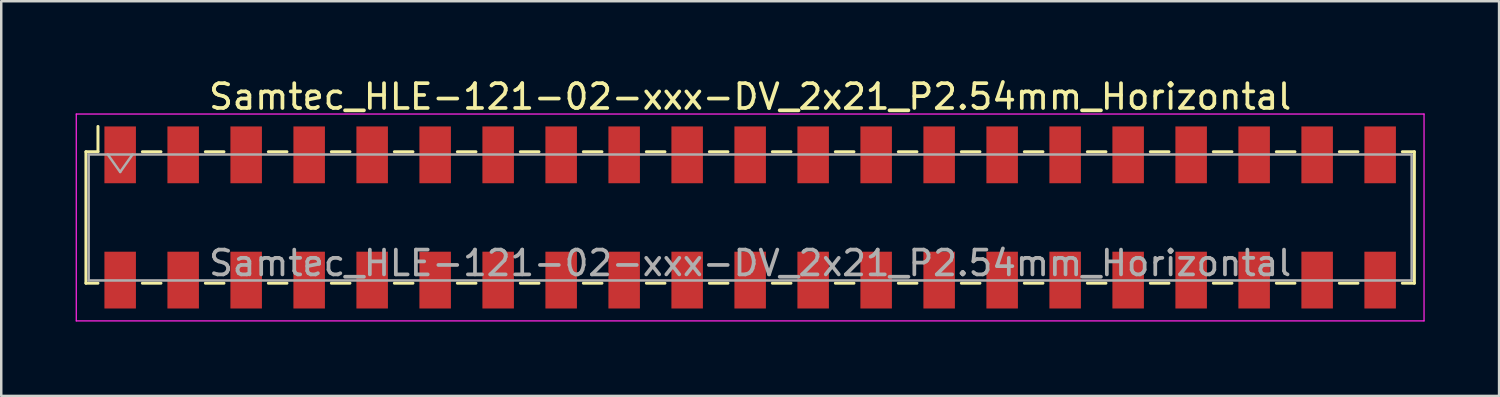
<source format=kicad_pcb>
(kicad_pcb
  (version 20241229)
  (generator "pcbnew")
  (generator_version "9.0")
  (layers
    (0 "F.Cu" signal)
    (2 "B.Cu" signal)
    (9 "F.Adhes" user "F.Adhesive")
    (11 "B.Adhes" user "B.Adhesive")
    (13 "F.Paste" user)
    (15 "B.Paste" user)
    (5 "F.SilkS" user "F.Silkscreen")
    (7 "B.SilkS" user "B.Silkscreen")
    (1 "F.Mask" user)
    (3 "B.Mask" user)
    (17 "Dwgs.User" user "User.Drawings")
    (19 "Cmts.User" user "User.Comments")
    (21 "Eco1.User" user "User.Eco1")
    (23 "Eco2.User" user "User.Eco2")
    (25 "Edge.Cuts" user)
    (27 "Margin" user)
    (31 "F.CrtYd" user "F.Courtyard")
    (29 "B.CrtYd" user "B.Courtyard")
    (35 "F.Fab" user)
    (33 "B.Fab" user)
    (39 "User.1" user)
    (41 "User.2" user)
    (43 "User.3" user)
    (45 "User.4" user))
  (footprint "Samtec_HLE-121-02-xxx-DV_2x21_P2.54mm_Horizontal"
    (layer "F.Cu")
    (at 27.195 5.718)
    (property "Reference" "Samtec_HLE-121-02-xxx-DV_2x21_P2.54mm_Horizontal" (at 0 -4.87 0) (layer "F.SilkS") (effects (font (size 1 1) (thickness 0.15))))
    (attr smd)
    (fp_line (start -26.78 -2.65) (end -26.78 2.65) (stroke (width 0.12) (type solid)) (layer "F.SilkS"))
    (fp_line (start -26.78 2.65) (end -26.295 2.65) (stroke (width 0.12) (type solid)) (layer "F.SilkS"))
    (fp_line (start -26.295 -3.67) (end -26.295 -2.65) (stroke (width 0.12) (type solid)) (layer "F.SilkS"))
    (fp_line (start -26.295 -2.65) (end -26.78 -2.65) (stroke (width 0.12) (type solid)) (layer "F.SilkS"))
    (fp_line (start -24.505 -2.65) (end -23.755 -2.65) (stroke (width 0.12) (type solid)) (layer "F.SilkS"))
    (fp_line (start -24.505 2.65) (end -23.755 2.65) (stroke (width 0.12) (type solid)) (layer "F.SilkS"))
    (fp_line (start -21.965 -2.65) (end -21.215 -2.65) (stroke (width 0.12) (type solid)) (layer "F.SilkS"))
    (fp_line (start -21.965 2.65) (end -21.215 2.65) (stroke (width 0.12) (type solid)) (layer "F.SilkS"))
    (fp_line (start -19.425 -2.65) (end -18.675 -2.65) (stroke (width 0.12) (type solid)) (layer "F.SilkS"))
    (fp_line (start -19.425 2.65) (end -18.675 2.65) (stroke (width 0.12) (type solid)) (layer "F.SilkS"))
    (fp_line (start -16.885 -2.65) (end -16.135 -2.65) (stroke (width 0.12) (type solid)) (layer "F.SilkS"))
    (fp_line (start -16.885 2.65) (end -16.135 2.65) (stroke (width 0.12) (type solid)) (layer "F.SilkS"))
    (fp_line (start -14.345 -2.65) (end -13.595 -2.65) (stroke (width 0.12) (type solid)) (layer "F.SilkS"))
    (fp_line (start -14.345 2.65) (end -13.595 2.65) (stroke (width 0.12) (type solid)) (layer "F.SilkS"))
    (fp_line (start -11.805 -2.65) (end -11.055 -2.65) (stroke (width 0.12) (type solid)) (layer "F.SilkS"))
    (fp_line (start -11.805 2.65) (end -11.055 2.65) (stroke (width 0.12) (type solid)) (layer "F.SilkS"))
    (fp_line (start -9.265 -2.65) (end -8.515 -2.65) (stroke (width 0.12) (type solid)) (layer "F.SilkS"))
    (fp_line (start -9.265 2.65) (end -8.515 2.65) (stroke (width 0.12) (type solid)) (layer "F.SilkS"))
    (fp_line (start -6.725 -2.65) (end -5.975 -2.65) (stroke (width 0.12) (type solid)) (layer "F.SilkS"))
    (fp_line (start -6.725 2.65) (end -5.975 2.65) (stroke (width 0.12) (type solid)) (layer "F.SilkS"))
    (fp_line (start -4.185 -2.65) (end -3.435 -2.65) (stroke (width 0.12) (type solid)) (layer "F.SilkS"))
    (fp_line (start -4.185 2.65) (end -3.435 2.65) (stroke (width 0.12) (type solid)) (layer "F.SilkS"))
    (fp_line (start -1.645 -2.65) (end -0.895 -2.65) (stroke (width 0.12) (type solid)) (layer "F.SilkS"))
    (fp_line (start -1.645 2.65) (end -0.895 2.65) (stroke (width 0.12) (type solid)) (layer "F.SilkS"))
    (fp_line (start 0.895 -2.65) (end 1.645 -2.65) (stroke (width 0.12) (type solid)) (layer "F.SilkS"))
    (fp_line (start 0.895 2.65) (end 1.645 2.65) (stroke (width 0.12) (type solid)) (layer "F.SilkS"))
    (fp_line (start 3.435 -2.65) (end 4.185 -2.65) (stroke (width 0.12) (type solid)) (layer "F.SilkS"))
    (fp_line (start 3.435 2.65) (end 4.185 2.65) (stroke (width 0.12) (type solid)) (layer "F.SilkS"))
    (fp_line (start 5.975 -2.65) (end 6.725 -2.65) (stroke (width 0.12) (type solid)) (layer "F.SilkS"))
    (fp_line (start 5.975 2.65) (end 6.725 2.65) (stroke (width 0.12) (type solid)) (layer "F.SilkS"))
    (fp_line (start 8.515 -2.65) (end 9.265 -2.65) (stroke (width 0.12) (type solid)) (layer "F.SilkS"))
    (fp_line (start 8.515 2.65) (end 9.265 2.65) (stroke (width 0.12) (type solid)) (layer "F.SilkS"))
    (fp_line (start 11.055 -2.65) (end 11.805 -2.65) (stroke (width 0.12) (type solid)) (layer "F.SilkS"))
    (fp_line (start 11.055 2.65) (end 11.805 2.65) (stroke (width 0.12) (type solid)) (layer "F.SilkS"))
    (fp_line (start 13.595 -2.65) (end 14.345 -2.65) (stroke (width 0.12) (type solid)) (layer "F.SilkS"))
    (fp_line (start 13.595 2.65) (end 14.345 2.65) (stroke (width 0.12) (type solid)) (layer "F.SilkS"))
    (fp_line (start 16.135 -2.65) (end 16.885 -2.65) (stroke (width 0.12) (type solid)) (layer "F.SilkS"))
    (fp_line (start 16.135 2.65) (end 16.885 2.65) (stroke (width 0.12) (type solid)) (layer "F.SilkS"))
    (fp_line (start 18.675 -2.65) (end 19.425 -2.65) (stroke (width 0.12) (type solid)) (layer "F.SilkS"))
    (fp_line (start 18.675 2.65) (end 19.425 2.65) (stroke (width 0.12) (type solid)) (layer "F.SilkS"))
    (fp_line (start 21.215 -2.65) (end 21.965 -2.65) (stroke (width 0.12) (type solid)) (layer "F.SilkS"))
    (fp_line (start 21.215 2.65) (end 21.965 2.65) (stroke (width 0.12) (type solid)) (layer "F.SilkS"))
    (fp_line (start 23.755 -2.65) (end 24.505 -2.65) (stroke (width 0.12) (type solid)) (layer "F.SilkS"))
    (fp_line (start 23.755 2.65) (end 24.505 2.65) (stroke (width 0.12) (type solid)) (layer "F.SilkS"))
    (fp_line (start 26.295 -2.65) (end 26.78 -2.65) (stroke (width 0.12) (type solid)) (layer "F.SilkS"))
    (fp_line (start 26.78 -2.65) (end 26.78 2.65) (stroke (width 0.12) (type solid)) (layer "F.SilkS"))
    (fp_line (start 26.78 2.65) (end 26.295 2.65) (stroke (width 0.12) (type solid)) (layer "F.SilkS"))
    (fp_line (start -27.17 -4.17) (end 27.17 -4.17) (stroke (width 0.05) (type solid)) (layer "F.CrtYd"))
    (fp_line (start -27.17 4.17) (end -27.17 -4.17) (stroke (width 0.05) (type solid)) (layer "F.CrtYd"))
    (fp_line (start 27.17 -4.17) (end 27.17 4.17) (stroke (width 0.05) (type solid)) (layer "F.CrtYd"))
    (fp_line (start 27.17 4.17) (end -27.17 4.17) (stroke (width 0.05) (type solid)) (layer "F.CrtYd"))
    (fp_line (start -26.67 -2.54) (end 26.67 -2.54) (stroke (width 0.1) (type solid)) (layer "F.Fab"))
    (fp_line (start -26.67 2.54) (end -26.67 -2.54) (stroke (width 0.1) (type solid)) (layer "F.Fab"))
    (fp_line (start -25.9 -2.54) (end -25.4 -1.833) (stroke (width 0.1) (type solid)) (layer "F.Fab"))
    (fp_line (start -25.4 -1.833) (end -24.9 -2.54) (stroke (width 0.1) (type solid)) (layer "F.Fab"))
    (fp_line (start 26.67 -2.54) (end 26.67 2.54) (stroke (width 0.1) (type solid)) (layer "F.Fab"))
    (fp_line (start 26.67 2.54) (end -26.67 2.54) (stroke (width 0.1) (type solid)) (layer "F.Fab"))
    (fp_text user "${REFERENCE}" (at 0 1.84 0) (layer "F.Fab") (effects (font (size 1 1) (thickness 0.15))))
    (pad "1" smd rect (at -25.4 -2.525) (size 1.27 2.29) (layers "F.Cu" "F.Mask" "F.Paste"))
    (pad "2" smd rect (at -25.4 2.525) (size 1.27 2.29) (layers "F.Cu" "F.Mask" "F.Paste"))
    (pad "3" smd rect (at -22.86 -2.525) (size 1.27 2.29) (layers "F.Cu" "F.Mask" "F.Paste"))
    (pad "4" smd rect (at -22.86 2.525) (size 1.27 2.29) (layers "F.Cu" "F.Mask" "F.Paste"))
    (pad "5" smd rect (at -20.32 -2.525) (size 1.27 2.29) (layers "F.Cu" "F.Mask" "F.Paste"))
    (pad "6" smd rect (at -20.32 2.525) (size 1.27 2.29) (layers "F.Cu" "F.Mask" "F.Paste"))
    (pad "7" smd rect (at -17.78 -2.525) (size 1.27 2.29) (layers "F.Cu" "F.Mask" "F.Paste"))
    (pad "8" smd rect (at -17.78 2.525) (size 1.27 2.29) (layers "F.Cu" "F.Mask" "F.Paste"))
    (pad "9" smd rect (at -15.24 -2.525) (size 1.27 2.29) (layers "F.Cu" "F.Mask" "F.Paste"))
    (pad "10" smd rect (at -15.24 2.525) (size 1.27 2.29) (layers "F.Cu" "F.Mask" "F.Paste"))
    (pad "11" smd rect (at -12.7 -2.525) (size 1.27 2.29) (layers "F.Cu" "F.Mask" "F.Paste"))
    (pad "12" smd rect (at -12.7 2.525) (size 1.27 2.29) (layers "F.Cu" "F.Mask" "F.Paste"))
    (pad "13" smd rect (at -10.16 -2.525) (size 1.27 2.29) (layers "F.Cu" "F.Mask" "F.Paste"))
    (pad "14" smd rect (at -10.16 2.525) (size 1.27 2.29) (layers "F.Cu" "F.Mask" "F.Paste"))
    (pad "15" smd rect (at -7.62 -2.525) (size 1.27 2.29) (layers "F.Cu" "F.Mask" "F.Paste"))
    (pad "16" smd rect (at -7.62 2.525) (size 1.27 2.29) (layers "F.Cu" "F.Mask" "F.Paste"))
    (pad "17" smd rect (at -5.08 -2.525) (size 1.27 2.29) (layers "F.Cu" "F.Mask" "F.Paste"))
    (pad "18" smd rect (at -5.08 2.525) (size 1.27 2.29) (layers "F.Cu" "F.Mask" "F.Paste"))
    (pad "19" smd rect (at -2.54 -2.525) (size 1.27 2.29) (layers "F.Cu" "F.Mask" "F.Paste"))
    (pad "20" smd rect (at -2.54 2.525) (size 1.27 2.29) (layers "F.Cu" "F.Mask" "F.Paste"))
    (pad "21" smd rect (at 0 -2.525) (size 1.27 2.29) (layers "F.Cu" "F.Mask" "F.Paste"))
    (pad "22" smd rect (at 0 2.525) (size 1.27 2.29) (layers "F.Cu" "F.Mask" "F.Paste"))
    (pad "23" smd rect (at 2.54 -2.525) (size 1.27 2.29) (layers "F.Cu" "F.Mask" "F.Paste"))
    (pad "24" smd rect (at 2.54 2.525) (size 1.27 2.29) (layers "F.Cu" "F.Mask" "F.Paste"))
    (pad "25" smd rect (at 5.08 -2.525) (size 1.27 2.29) (layers "F.Cu" "F.Mask" "F.Paste"))
    (pad "26" smd rect (at 5.08 2.525) (size 1.27 2.29) (layers "F.Cu" "F.Mask" "F.Paste"))
    (pad "27" smd rect (at 7.62 -2.525) (size 1.27 2.29) (layers "F.Cu" "F.Mask" "F.Paste"))
    (pad "28" smd rect (at 7.62 2.525) (size 1.27 2.29) (layers "F.Cu" "F.Mask" "F.Paste"))
    (pad "29" smd rect (at 10.16 -2.525) (size 1.27 2.29) (layers "F.Cu" "F.Mask" "F.Paste"))
    (pad "30" smd rect (at 10.16 2.525) (size 1.27 2.29) (layers "F.Cu" "F.Mask" "F.Paste"))
    (pad "31" smd rect (at 12.7 -2.525) (size 1.27 2.29) (layers "F.Cu" "F.Mask" "F.Paste"))
    (pad "32" smd rect (at 12.7 2.525) (size 1.27 2.29) (layers "F.Cu" "F.Mask" "F.Paste"))
    (pad "33" smd rect (at 15.24 -2.525) (size 1.27 2.29) (layers "F.Cu" "F.Mask" "F.Paste"))
    (pad "34" smd rect (at 15.24 2.525) (size 1.27 2.29) (layers "F.Cu" "F.Mask" "F.Paste"))
    (pad "35" smd rect (at 17.78 -2.525) (size 1.27 2.29) (layers "F.Cu" "F.Mask" "F.Paste"))
    (pad "36" smd rect (at 17.78 2.525) (size 1.27 2.29) (layers "F.Cu" "F.Mask" "F.Paste"))
    (pad "37" smd rect (at 20.32 -2.525) (size 1.27 2.29) (layers "F.Cu" "F.Mask" "F.Paste"))
    (pad "38" smd rect (at 20.32 2.525) (size 1.27 2.29) (layers "F.Cu" "F.Mask" "F.Paste"))
    (pad "39" smd rect (at 22.86 -2.525) (size 1.27 2.29) (layers "F.Cu" "F.Mask" "F.Paste"))
    (pad "40" smd rect (at 22.86 2.525) (size 1.27 2.29) (layers "F.Cu" "F.Mask" "F.Paste"))
    (pad "41" smd rect (at 25.4 -2.525) (size 1.27 2.29) (layers "F.Cu" "F.Mask" "F.Paste"))
    (pad "42" smd rect (at 25.4 2.525) (size 1.27 2.29) (layers "F.Cu" "F.Mask" "F.Paste")))
  (gr_rect
    (start -3 -3)
    (end 57.39 12.913)
    (stroke (width 0.1) (type default))
    (fill no)
    (layer "Edge.Cuts")))
</source>
